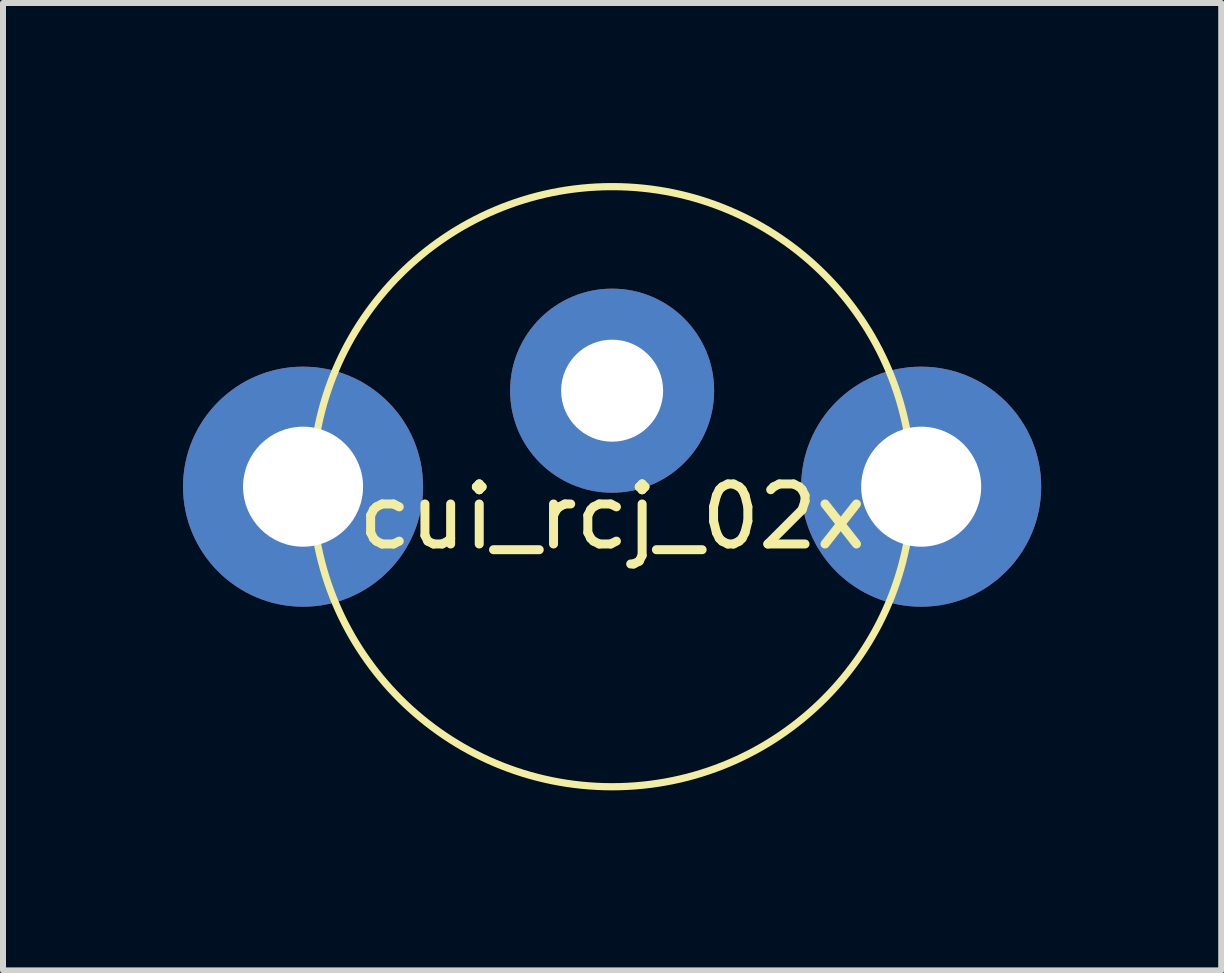
<source format=kicad_pcb>
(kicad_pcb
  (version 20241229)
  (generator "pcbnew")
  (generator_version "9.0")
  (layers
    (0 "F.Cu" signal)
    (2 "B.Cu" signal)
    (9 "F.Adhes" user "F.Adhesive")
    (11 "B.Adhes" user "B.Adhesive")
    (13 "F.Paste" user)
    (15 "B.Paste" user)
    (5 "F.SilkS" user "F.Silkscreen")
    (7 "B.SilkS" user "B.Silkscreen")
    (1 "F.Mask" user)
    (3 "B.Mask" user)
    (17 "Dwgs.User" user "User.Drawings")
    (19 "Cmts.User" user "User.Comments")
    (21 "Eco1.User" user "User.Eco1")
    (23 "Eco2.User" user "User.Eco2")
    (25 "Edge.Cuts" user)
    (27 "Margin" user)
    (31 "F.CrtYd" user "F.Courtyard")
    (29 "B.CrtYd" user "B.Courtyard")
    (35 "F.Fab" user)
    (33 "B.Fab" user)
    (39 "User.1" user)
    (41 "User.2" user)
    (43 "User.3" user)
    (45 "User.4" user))
  (footprint "cui_rcj_02x"
    (layer "F.Cu")
    (at 7.15 5.06)
    (property "Reference" "cui_rcj_02x" (at 0 0.5 0) (layer "F.SilkS") (effects (font (size 1 1) (thickness 0.15))))
    (attr through_hole)
    (fp_circle (center 0 0) (end 0 -5) (stroke (width 0.12) (type solid)) (fill no) (layer "F.SilkS"))
    (pad "1" thru_hole circle (at 0 -1.6) (size 3.4 3.4) (drill 1.7) (layers "*.Cu" "*.Mask"))
    (pad "2" thru_hole circle (at -5.15 0) (size 4 4) (drill 2) (layers "*.Cu" "*.Mask"))
    (pad "2" thru_hole circle (at 5.15 0) (size 4 4) (drill 2) (layers "*.Cu" "*.Mask")))
  (gr_rect
    (start -3 -3)
    (end 17.3 13.12)
    (stroke (width 0.1) (type default))
    (fill no)
    (layer "Edge.Cuts")))
</source>
